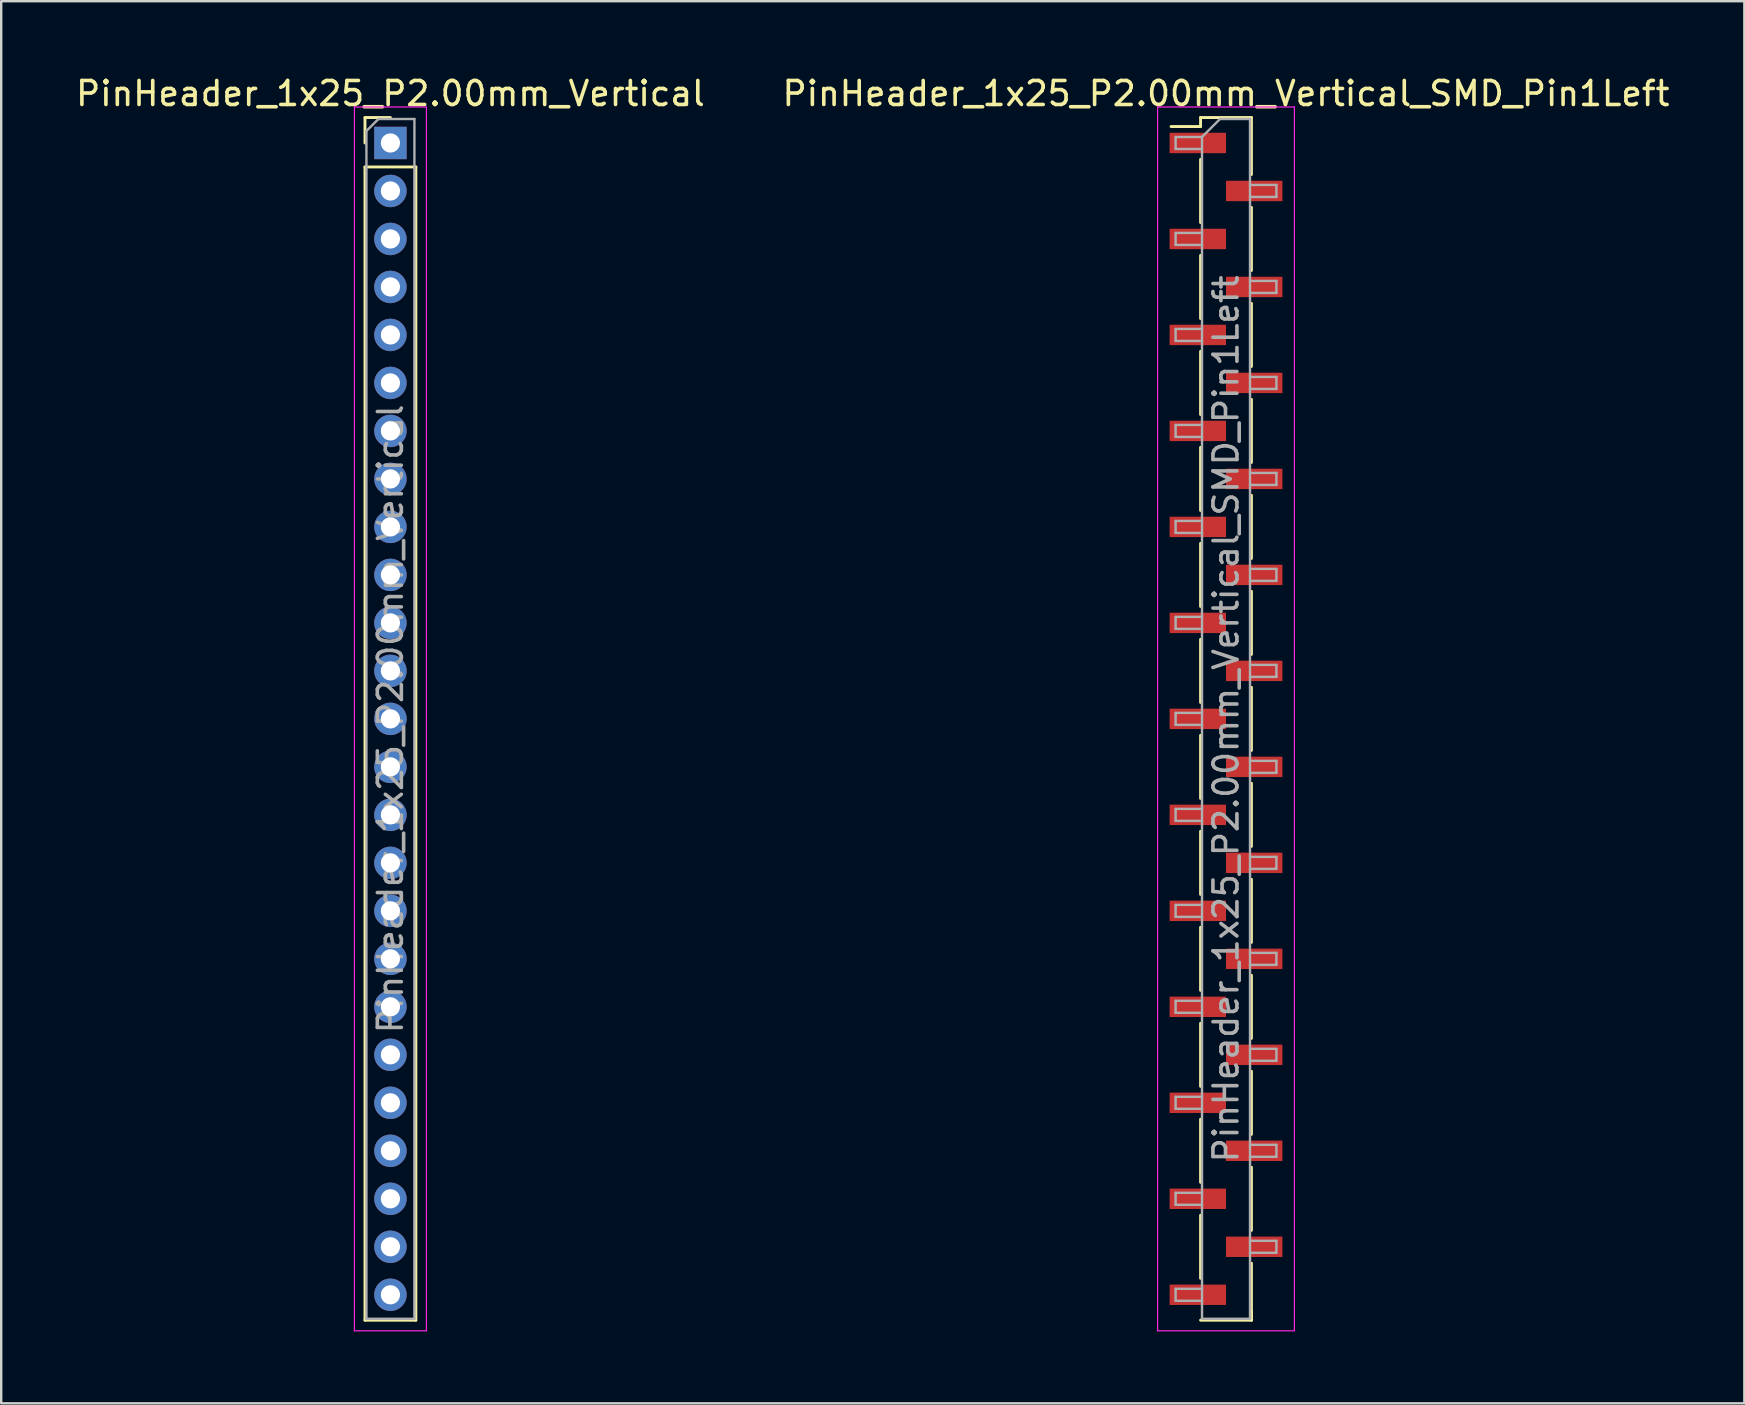
<source format=kicad_pcb>
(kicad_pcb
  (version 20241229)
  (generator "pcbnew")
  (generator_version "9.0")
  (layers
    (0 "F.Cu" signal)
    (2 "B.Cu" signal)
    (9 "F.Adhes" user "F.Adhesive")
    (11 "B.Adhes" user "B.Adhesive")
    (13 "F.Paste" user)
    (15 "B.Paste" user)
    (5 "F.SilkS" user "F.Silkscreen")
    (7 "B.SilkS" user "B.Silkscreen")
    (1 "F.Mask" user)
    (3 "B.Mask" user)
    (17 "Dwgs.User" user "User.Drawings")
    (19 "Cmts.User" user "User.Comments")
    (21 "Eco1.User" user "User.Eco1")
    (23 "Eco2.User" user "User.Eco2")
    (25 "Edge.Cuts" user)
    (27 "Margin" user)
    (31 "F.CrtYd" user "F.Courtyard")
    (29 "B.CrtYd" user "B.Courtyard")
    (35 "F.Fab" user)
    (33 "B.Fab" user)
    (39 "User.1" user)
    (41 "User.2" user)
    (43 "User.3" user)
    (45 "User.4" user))
  (footprint "PinHeader_1x25_P2.00mm_Vertical_SMD_Pin1Left"
    (layer "F.Cu")
    (at 48.042 26.908)
    (property "Reference" "PinHeader_1x25_P2.00mm_Vertical_SMD_Pin1Left" (at 0 -26.06 0) (layer "F.SilkS") (effects (font (size 1 1) (thickness 0.15))))
    (attr smd)
    (fp_line (start -1.06 -25.06) (end -1.06 -24.685) (stroke (width 0.12) (type solid)) (layer "F.SilkS"))
    (fp_line (start -1.06 -25.06) (end 1.06 -25.06) (stroke (width 0.12) (type solid)) (layer "F.SilkS"))
    (fp_line (start -1.06 -24.685) (end -2.29 -24.685) (stroke (width 0.12) (type solid)) (layer "F.SilkS"))
    (fp_line (start -1.06 -23.315) (end -1.06 -20.685) (stroke (width 0.12) (type solid)) (layer "F.SilkS"))
    (fp_line (start -1.06 -19.315) (end -1.06 -16.685) (stroke (width 0.12) (type solid)) (layer "F.SilkS"))
    (fp_line (start -1.06 -15.315) (end -1.06 -12.685) (stroke (width 0.12) (type solid)) (layer "F.SilkS"))
    (fp_line (start -1.06 -11.315) (end -1.06 -8.685) (stroke (width 0.12) (type solid)) (layer "F.SilkS"))
    (fp_line (start -1.06 -7.315) (end -1.06 -4.685) (stroke (width 0.12) (type solid)) (layer "F.SilkS"))
    (fp_line (start -1.06 -3.315) (end -1.06 -0.685) (stroke (width 0.12) (type solid)) (layer "F.SilkS"))
    (fp_line (start -1.06 0.685) (end -1.06 3.315) (stroke (width 0.12) (type solid)) (layer "F.SilkS"))
    (fp_line (start -1.06 4.685) (end -1.06 7.315) (stroke (width 0.12) (type solid)) (layer "F.SilkS"))
    (fp_line (start -1.06 8.685) (end -1.06 11.315) (stroke (width 0.12) (type solid)) (layer "F.SilkS"))
    (fp_line (start -1.06 12.685) (end -1.06 15.315) (stroke (width 0.12) (type solid)) (layer "F.SilkS"))
    (fp_line (start -1.06 16.685) (end -1.06 19.315) (stroke (width 0.12) (type solid)) (layer "F.SilkS"))
    (fp_line (start -1.06 20.685) (end -1.06 23.315) (stroke (width 0.12) (type solid)) (layer "F.SilkS"))
    (fp_line (start -1.06 25.06) (end 1.06 25.06) (stroke (width 0.12) (type solid)) (layer "F.SilkS"))
    (fp_line (start 1.06 -25.06) (end 1.06 -22.685) (stroke (width 0.12) (type solid)) (layer "F.SilkS"))
    (fp_line (start 1.06 -21.315) (end 1.06 -18.685) (stroke (width 0.12) (type solid)) (layer "F.SilkS"))
    (fp_line (start 1.06 -17.315) (end 1.06 -14.685) (stroke (width 0.12) (type solid)) (layer "F.SilkS"))
    (fp_line (start 1.06 -13.315) (end 1.06 -10.685) (stroke (width 0.12) (type solid)) (layer "F.SilkS"))
    (fp_line (start 1.06 -9.315) (end 1.06 -6.685) (stroke (width 0.12) (type solid)) (layer "F.SilkS"))
    (fp_line (start 1.06 -5.315) (end 1.06 -2.685) (stroke (width 0.12) (type solid)) (layer "F.SilkS"))
    (fp_line (start 1.06 -1.315) (end 1.06 1.315) (stroke (width 0.12) (type solid)) (layer "F.SilkS"))
    (fp_line (start 1.06 2.685) (end 1.06 5.315) (stroke (width 0.12) (type solid)) (layer "F.SilkS"))
    (fp_line (start 1.06 6.685) (end 1.06 9.315) (stroke (width 0.12) (type solid)) (layer "F.SilkS"))
    (fp_line (start 1.06 10.685) (end 1.06 13.315) (stroke (width 0.12) (type solid)) (layer "F.SilkS"))
    (fp_line (start 1.06 14.685) (end 1.06 17.315) (stroke (width 0.12) (type solid)) (layer "F.SilkS"))
    (fp_line (start 1.06 18.685) (end 1.06 21.315) (stroke (width 0.12) (type solid)) (layer "F.SilkS"))
    (fp_line (start 1.06 22.685) (end 1.06 25.06) (stroke (width 0.12) (type solid)) (layer "F.SilkS"))
    (fp_line (start 1.06 24.685) (end 1.06 25.06) (stroke (width 0.12) (type solid)) (layer "F.SilkS"))
    (fp_line (start -2.85 -25.5) (end -2.85 25.5) (stroke (width 0.05) (type solid)) (layer "F.CrtYd"))
    (fp_line (start -2.85 25.5) (end 2.85 25.5) (stroke (width 0.05) (type solid)) (layer "F.CrtYd"))
    (fp_line (start 2.85 -25.5) (end -2.85 -25.5) (stroke (width 0.05) (type solid)) (layer "F.CrtYd"))
    (fp_line (start 2.85 25.5) (end 2.85 -25.5) (stroke (width 0.05) (type solid)) (layer "F.CrtYd"))
    (fp_line (start -2.1 -24.25) (end -2.1 -23.75) (stroke (width 0.1) (type solid)) (layer "F.Fab"))
    (fp_line (start -2.1 -23.75) (end -1 -23.75) (stroke (width 0.1) (type solid)) (layer "F.Fab"))
    (fp_line (start -2.1 -20.25) (end -2.1 -19.75) (stroke (width 0.1) (type solid)) (layer "F.Fab"))
    (fp_line (start -2.1 -19.75) (end -1 -19.75) (stroke (width 0.1) (type solid)) (layer "F.Fab"))
    (fp_line (start -2.1 -16.25) (end -2.1 -15.75) (stroke (width 0.1) (type solid)) (layer "F.Fab"))
    (fp_line (start -2.1 -15.75) (end -1 -15.75) (stroke (width 0.1) (type solid)) (layer "F.Fab"))
    (fp_line (start -2.1 -12.25) (end -2.1 -11.75) (stroke (width 0.1) (type solid)) (layer "F.Fab"))
    (fp_line (start -2.1 -11.75) (end -1 -11.75) (stroke (width 0.1) (type solid)) (layer "F.Fab"))
    (fp_line (start -2.1 -8.25) (end -2.1 -7.75) (stroke (width 0.1) (type solid)) (layer "F.Fab"))
    (fp_line (start -2.1 -7.75) (end -1 -7.75) (stroke (width 0.1) (type solid)) (layer "F.Fab"))
    (fp_line (start -2.1 -4.25) (end -2.1 -3.75) (stroke (width 0.1) (type solid)) (layer "F.Fab"))
    (fp_line (start -2.1 -3.75) (end -1 -3.75) (stroke (width 0.1) (type solid)) (layer "F.Fab"))
    (fp_line (start -2.1 -0.25) (end -2.1 0.25) (stroke (width 0.1) (type solid)) (layer "F.Fab"))
    (fp_line (start -2.1 0.25) (end -1 0.25) (stroke (width 0.1) (type solid)) (layer "F.Fab"))
    (fp_line (start -2.1 3.75) (end -2.1 4.25) (stroke (width 0.1) (type solid)) (layer "F.Fab"))
    (fp_line (start -2.1 4.25) (end -1 4.25) (stroke (width 0.1) (type solid)) (layer "F.Fab"))
    (fp_line (start -2.1 7.75) (end -2.1 8.25) (stroke (width 0.1) (type solid)) (layer "F.Fab"))
    (fp_line (start -2.1 8.25) (end -1 8.25) (stroke (width 0.1) (type solid)) (layer "F.Fab"))
    (fp_line (start -2.1 11.75) (end -2.1 12.25) (stroke (width 0.1) (type solid)) (layer "F.Fab"))
    (fp_line (start -2.1 12.25) (end -1 12.25) (stroke (width 0.1) (type solid)) (layer "F.Fab"))
    (fp_line (start -2.1 15.75) (end -2.1 16.25) (stroke (width 0.1) (type solid)) (layer "F.Fab"))
    (fp_line (start -2.1 16.25) (end -1 16.25) (stroke (width 0.1) (type solid)) (layer "F.Fab"))
    (fp_line (start -2.1 19.75) (end -2.1 20.25) (stroke (width 0.1) (type solid)) (layer "F.Fab"))
    (fp_line (start -2.1 20.25) (end -1 20.25) (stroke (width 0.1) (type solid)) (layer "F.Fab"))
    (fp_line (start -2.1 23.75) (end -2.1 24.25) (stroke (width 0.1) (type solid)) (layer "F.Fab"))
    (fp_line (start -2.1 24.25) (end -1 24.25) (stroke (width 0.1) (type solid)) (layer "F.Fab"))
    (fp_line (start -1 -24.25) (end -2.1 -24.25) (stroke (width 0.1) (type solid)) (layer "F.Fab"))
    (fp_line (start -1 -24.25) (end -0.25 -25) (stroke (width 0.1) (type solid)) (layer "F.Fab"))
    (fp_line (start -1 -20.25) (end -2.1 -20.25) (stroke (width 0.1) (type solid)) (layer "F.Fab"))
    (fp_line (start -1 -16.25) (end -2.1 -16.25) (stroke (width 0.1) (type solid)) (layer "F.Fab"))
    (fp_line (start -1 -12.25) (end -2.1 -12.25) (stroke (width 0.1) (type solid)) (layer "F.Fab"))
    (fp_line (start -1 -8.25) (end -2.1 -8.25) (stroke (width 0.1) (type solid)) (layer "F.Fab"))
    (fp_line (start -1 -4.25) (end -2.1 -4.25) (stroke (width 0.1) (type solid)) (layer "F.Fab"))
    (fp_line (start -1 -0.25) (end -2.1 -0.25) (stroke (width 0.1) (type solid)) (layer "F.Fab"))
    (fp_line (start -1 3.75) (end -2.1 3.75) (stroke (width 0.1) (type solid)) (layer "F.Fab"))
    (fp_line (start -1 7.75) (end -2.1 7.75) (stroke (width 0.1) (type solid)) (layer "F.Fab"))
    (fp_line (start -1 11.75) (end -2.1 11.75) (stroke (width 0.1) (type solid)) (layer "F.Fab"))
    (fp_line (start -1 15.75) (end -2.1 15.75) (stroke (width 0.1) (type solid)) (layer "F.Fab"))
    (fp_line (start -1 19.75) (end -2.1 19.75) (stroke (width 0.1) (type solid)) (layer "F.Fab"))
    (fp_line (start -1 23.75) (end -2.1 23.75) (stroke (width 0.1) (type solid)) (layer "F.Fab"))
    (fp_line (start -1 25) (end -1 -24.25) (stroke (width 0.1) (type solid)) (layer "F.Fab"))
    (fp_line (start -0.25 -25) (end 1 -25) (stroke (width 0.1) (type solid)) (layer "F.Fab"))
    (fp_line (start 1 -25) (end 1 25) (stroke (width 0.1) (type solid)) (layer "F.Fab"))
    (fp_line (start 1 -22.25) (end 2.1 -22.25) (stroke (width 0.1) (type solid)) (layer "F.Fab"))
    (fp_line (start 1 -18.25) (end 2.1 -18.25) (stroke (width 0.1) (type solid)) (layer "F.Fab"))
    (fp_line (start 1 -14.25) (end 2.1 -14.25) (stroke (width 0.1) (type solid)) (layer "F.Fab"))
    (fp_line (start 1 -10.25) (end 2.1 -10.25) (stroke (width 0.1) (type solid)) (layer "F.Fab"))
    (fp_line (start 1 -6.25) (end 2.1 -6.25) (stroke (width 0.1) (type solid)) (layer "F.Fab"))
    (fp_line (start 1 -2.25) (end 2.1 -2.25) (stroke (width 0.1) (type solid)) (layer "F.Fab"))
    (fp_line (start 1 1.75) (end 2.1 1.75) (stroke (width 0.1) (type solid)) (layer "F.Fab"))
    (fp_line (start 1 5.75) (end 2.1 5.75) (stroke (width 0.1) (type solid)) (layer "F.Fab"))
    (fp_line (start 1 9.75) (end 2.1 9.75) (stroke (width 0.1) (type solid)) (layer "F.Fab"))
    (fp_line (start 1 13.75) (end 2.1 13.75) (stroke (width 0.1) (type solid)) (layer "F.Fab"))
    (fp_line (start 1 17.75) (end 2.1 17.75) (stroke (width 0.1) (type solid)) (layer "F.Fab"))
    (fp_line (start 1 21.75) (end 2.1 21.75) (stroke (width 0.1) (type solid)) (layer "F.Fab"))
    (fp_line (start 1 25) (end -1 25) (stroke (width 0.1) (type solid)) (layer "F.Fab"))
    (fp_line (start 2.1 -22.25) (end 2.1 -21.75) (stroke (width 0.1) (type solid)) (layer "F.Fab"))
    (fp_line (start 2.1 -21.75) (end 1 -21.75) (stroke (width 0.1) (type solid)) (layer "F.Fab"))
    (fp_line (start 2.1 -18.25) (end 2.1 -17.75) (stroke (width 0.1) (type solid)) (layer "F.Fab"))
    (fp_line (start 2.1 -17.75) (end 1 -17.75) (stroke (width 0.1) (type solid)) (layer "F.Fab"))
    (fp_line (start 2.1 -14.25) (end 2.1 -13.75) (stroke (width 0.1) (type solid)) (layer "F.Fab"))
    (fp_line (start 2.1 -13.75) (end 1 -13.75) (stroke (width 0.1) (type solid)) (layer "F.Fab"))
    (fp_line (start 2.1 -10.25) (end 2.1 -9.75) (stroke (width 0.1) (type solid)) (layer "F.Fab"))
    (fp_line (start 2.1 -9.75) (end 1 -9.75) (stroke (width 0.1) (type solid)) (layer "F.Fab"))
    (fp_line (start 2.1 -6.25) (end 2.1 -5.75) (stroke (width 0.1) (type solid)) (layer "F.Fab"))
    (fp_line (start 2.1 -5.75) (end 1 -5.75) (stroke (width 0.1) (type solid)) (layer "F.Fab"))
    (fp_line (start 2.1 -2.25) (end 2.1 -1.75) (stroke (width 0.1) (type solid)) (layer "F.Fab"))
    (fp_line (start 2.1 -1.75) (end 1 -1.75) (stroke (width 0.1) (type solid)) (layer "F.Fab"))
    (fp_line (start 2.1 1.75) (end 2.1 2.25) (stroke (width 0.1) (type solid)) (layer "F.Fab"))
    (fp_line (start 2.1 2.25) (end 1 2.25) (stroke (width 0.1) (type solid)) (layer "F.Fab"))
    (fp_line (start 2.1 5.75) (end 2.1 6.25) (stroke (width 0.1) (type solid)) (layer "F.Fab"))
    (fp_line (start 2.1 6.25) (end 1 6.25) (stroke (width 0.1) (type solid)) (layer "F.Fab"))
    (fp_line (start 2.1 9.75) (end 2.1 10.25) (stroke (width 0.1) (type solid)) (layer "F.Fab"))
    (fp_line (start 2.1 10.25) (end 1 10.25) (stroke (width 0.1) (type solid)) (layer "F.Fab"))
    (fp_line (start 2.1 13.75) (end 2.1 14.25) (stroke (width 0.1) (type solid)) (layer "F.Fab"))
    (fp_line (start 2.1 14.25) (end 1 14.25) (stroke (width 0.1) (type solid)) (layer "F.Fab"))
    (fp_line (start 2.1 17.75) (end 2.1 18.25) (stroke (width 0.1) (type solid)) (layer "F.Fab"))
    (fp_line (start 2.1 18.25) (end 1 18.25) (stroke (width 0.1) (type solid)) (layer "F.Fab"))
    (fp_line (start 2.1 21.75) (end 2.1 22.25) (stroke (width 0.1) (type solid)) (layer "F.Fab"))
    (fp_line (start 2.1 22.25) (end 1 22.25) (stroke (width 0.1) (type solid)) (layer "F.Fab"))
    (fp_text user "${REFERENCE}" (at 0 0 90) (layer "F.Fab") (effects (font (size 1 1) (thickness 0.15))))
    (pad "1" smd rect (at -1.175 -24) (size 2.35 0.85) (layers "F.Cu" "F.Mask" "F.Paste"))
    (pad "2" smd rect (at 1.175 -22) (size 2.35 0.85) (layers "F.Cu" "F.Mask" "F.Paste"))
    (pad "3" smd rect (at -1.175 -20) (size 2.35 0.85) (layers "F.Cu" "F.Mask" "F.Paste"))
    (pad "4" smd rect (at 1.175 -18) (size 2.35 0.85) (layers "F.Cu" "F.Mask" "F.Paste"))
    (pad "5" smd rect (at -1.175 -16) (size 2.35 0.85) (layers "F.Cu" "F.Mask" "F.Paste"))
    (pad "6" smd rect (at 1.175 -14) (size 2.35 0.85) (layers "F.Cu" "F.Mask" "F.Paste"))
    (pad "7" smd rect (at -1.175 -12) (size 2.35 0.85) (layers "F.Cu" "F.Mask" "F.Paste"))
    (pad "8" smd rect (at 1.175 -10) (size 2.35 0.85) (layers "F.Cu" "F.Mask" "F.Paste"))
    (pad "9" smd rect (at -1.175 -8) (size 2.35 0.85) (layers "F.Cu" "F.Mask" "F.Paste"))
    (pad "10" smd rect (at 1.175 -6) (size 2.35 0.85) (layers "F.Cu" "F.Mask" "F.Paste"))
    (pad "11" smd rect (at -1.175 -4) (size 2.35 0.85) (layers "F.Cu" "F.Mask" "F.Paste"))
    (pad "12" smd rect (at 1.175 -2) (size 2.35 0.85) (layers "F.Cu" "F.Mask" "F.Paste"))
    (pad "13" smd rect (at -1.175 0) (size 2.35 0.85) (layers "F.Cu" "F.Mask" "F.Paste"))
    (pad "14" smd rect (at 1.175 2) (size 2.35 0.85) (layers "F.Cu" "F.Mask" "F.Paste"))
    (pad "15" smd rect (at -1.175 4) (size 2.35 0.85) (layers "F.Cu" "F.Mask" "F.Paste"))
    (pad "16" smd rect (at 1.175 6) (size 2.35 0.85) (layers "F.Cu" "F.Mask" "F.Paste"))
    (pad "17" smd rect (at -1.175 8) (size 2.35 0.85) (layers "F.Cu" "F.Mask" "F.Paste"))
    (pad "18" smd rect (at 1.175 10) (size 2.35 0.85) (layers "F.Cu" "F.Mask" "F.Paste"))
    (pad "19" smd rect (at -1.175 12) (size 2.35 0.85) (layers "F.Cu" "F.Mask" "F.Paste"))
    (pad "20" smd rect (at 1.175 14) (size 2.35 0.85) (layers "F.Cu" "F.Mask" "F.Paste"))
    (pad "21" smd rect (at -1.175 16) (size 2.35 0.85) (layers "F.Cu" "F.Mask" "F.Paste"))
    (pad "22" smd rect (at 1.175 18) (size 2.35 0.85) (layers "F.Cu" "F.Mask" "F.Paste"))
    (pad "23" smd rect (at -1.175 20) (size 2.35 0.85) (layers "F.Cu" "F.Mask" "F.Paste"))
    (pad "24" smd rect (at 1.175 22) (size 2.35 0.85) (layers "F.Cu" "F.Mask" "F.Paste"))
    (pad "25" smd rect (at -1.175 24) (size 2.35 0.85) (layers "F.Cu" "F.Mask" "F.Paste")))
  (footprint "PinHeader_1x25_P2.00mm_Vertical"
    (layer "F.Cu")
    (at 13.22 2.908)
    (property "Reference" "PinHeader_1x25_P2.00mm_Vertical" (at 0 -2.06 0) (layer "F.SilkS") (effects (font (size 1 1) (thickness 0.15))))
    (attr through_hole)
    (fp_line (start -1.06 -1.06) (end 0 -1.06) (stroke (width 0.12) (type solid)) (layer "F.SilkS"))
    (fp_line (start -1.06 0) (end -1.06 -1.06) (stroke (width 0.12) (type solid)) (layer "F.SilkS"))
    (fp_line (start -1.06 1) (end -1.06 49.06) (stroke (width 0.12) (type solid)) (layer "F.SilkS"))
    (fp_line (start -1.06 1) (end 1.06 1) (stroke (width 0.12) (type solid)) (layer "F.SilkS"))
    (fp_line (start -1.06 49.06) (end 1.06 49.06) (stroke (width 0.12) (type solid)) (layer "F.SilkS"))
    (fp_line (start 1.06 1) (end 1.06 49.06) (stroke (width 0.12) (type solid)) (layer "F.SilkS"))
    (fp_line (start -1.5 -1.5) (end -1.5 49.5) (stroke (width 0.05) (type solid)) (layer "F.CrtYd"))
    (fp_line (start -1.5 49.5) (end 1.5 49.5) (stroke (width 0.05) (type solid)) (layer "F.CrtYd"))
    (fp_line (start 1.5 -1.5) (end -1.5 -1.5) (stroke (width 0.05) (type solid)) (layer "F.CrtYd"))
    (fp_line (start 1.5 49.5) (end 1.5 -1.5) (stroke (width 0.05) (type solid)) (layer "F.CrtYd"))
    (fp_line (start -1 -0.5) (end -0.5 -1) (stroke (width 0.1) (type solid)) (layer "F.Fab"))
    (fp_line (start -1 49) (end -1 -0.5) (stroke (width 0.1) (type solid)) (layer "F.Fab"))
    (fp_line (start -0.5 -1) (end 1 -1) (stroke (width 0.1) (type solid)) (layer "F.Fab"))
    (fp_line (start 1 -1) (end 1 49) (stroke (width 0.1) (type solid)) (layer "F.Fab"))
    (fp_line (start 1 49) (end -1 49) (stroke (width 0.1) (type solid)) (layer "F.Fab"))
    (fp_text user "${REFERENCE}" (at 0 24 90) (layer "F.Fab") (effects (font (size 1 1) (thickness 0.15))))
    (pad "1" thru_hole rect (at 0 0) (size 1.35 1.35) (drill 0.8) (layers "*.Cu" "*.Mask"))
    (pad "2" thru_hole oval (at 0 2) (size 1.35 1.35) (drill 0.8) (layers "*.Cu" "*.Mask"))
    (pad "3" thru_hole oval (at 0 4) (size 1.35 1.35) (drill 0.8) (layers "*.Cu" "*.Mask"))
    (pad "4" thru_hole oval (at 0 6) (size 1.35 1.35) (drill 0.8) (layers "*.Cu" "*.Mask"))
    (pad "5" thru_hole oval (at 0 8) (size 1.35 1.35) (drill 0.8) (layers "*.Cu" "*.Mask"))
    (pad "6" thru_hole oval (at 0 10) (size 1.35 1.35) (drill 0.8) (layers "*.Cu" "*.Mask"))
    (pad "7" thru_hole oval (at 0 12) (size 1.35 1.35) (drill 0.8) (layers "*.Cu" "*.Mask"))
    (pad "8" thru_hole oval (at 0 14) (size 1.35 1.35) (drill 0.8) (layers "*.Cu" "*.Mask"))
    (pad "9" thru_hole oval (at 0 16) (size 1.35 1.35) (drill 0.8) (layers "*.Cu" "*.Mask"))
    (pad "10" thru_hole oval (at 0 18) (size 1.35 1.35) (drill 0.8) (layers "*.Cu" "*.Mask"))
    (pad "11" thru_hole oval (at 0 20) (size 1.35 1.35) (drill 0.8) (layers "*.Cu" "*.Mask"))
    (pad "12" thru_hole oval (at 0 22) (size 1.35 1.35) (drill 0.8) (layers "*.Cu" "*.Mask"))
    (pad "13" thru_hole oval (at 0 24) (size 1.35 1.35) (drill 0.8) (layers "*.Cu" "*.Mask"))
    (pad "14" thru_hole oval (at 0 26) (size 1.35 1.35) (drill 0.8) (layers "*.Cu" "*.Mask"))
    (pad "15" thru_hole oval (at 0 28) (size 1.35 1.35) (drill 0.8) (layers "*.Cu" "*.Mask"))
    (pad "16" thru_hole oval (at 0 30) (size 1.35 1.35) (drill 0.8) (layers "*.Cu" "*.Mask"))
    (pad "17" thru_hole oval (at 0 32) (size 1.35 1.35) (drill 0.8) (layers "*.Cu" "*.Mask"))
    (pad "18" thru_hole oval (at 0 34) (size 1.35 1.35) (drill 0.8) (layers "*.Cu" "*.Mask"))
    (pad "19" thru_hole oval (at 0 36) (size 1.35 1.35) (drill 0.8) (layers "*.Cu" "*.Mask"))
    (pad "20" thru_hole oval (at 0 38) (size 1.35 1.35) (drill 0.8) (layers "*.Cu" "*.Mask"))
    (pad "21" thru_hole oval (at 0 40) (size 1.35 1.35) (drill 0.8) (layers "*.Cu" "*.Mask"))
    (pad "22" thru_hole oval (at 0 42) (size 1.35 1.35) (drill 0.8) (layers "*.Cu" "*.Mask"))
    (pad "23" thru_hole oval (at 0 44) (size 1.35 1.35) (drill 0.8) (layers "*.Cu" "*.Mask"))
    (pad "24" thru_hole oval (at 0 46) (size 1.35 1.35) (drill 0.8) (layers "*.Cu" "*.Mask"))
    (pad "25" thru_hole oval (at 0 48) (size 1.35 1.35) (drill 0.8) (layers "*.Cu" "*.Mask")))
  (gr_rect
    (start -3 -3)
    (end 69.643 55.433)
    (stroke (width 0.1) (type default))
    (fill no)
    (layer "Edge.Cuts")))
</source>
